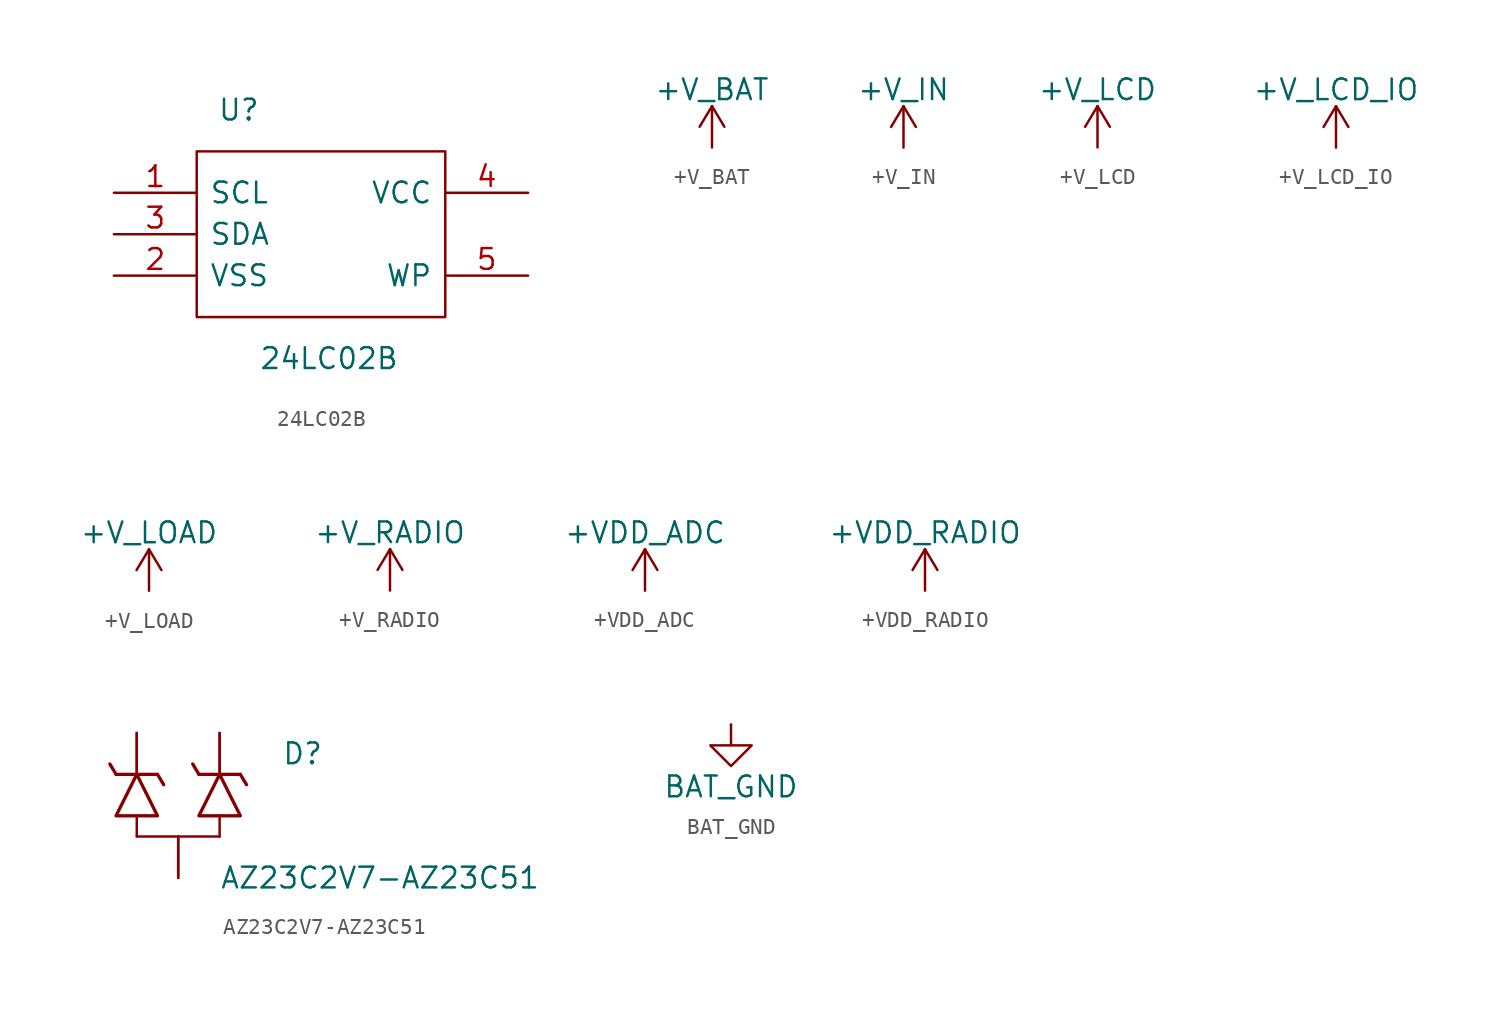
<source format=kicad_sym>
(kicad_symbol_lib
  (version 20241209)
  (generator "kicad_symbol_editor")
  (generator_version "9.0")
  (symbol "24LC02B"
    (pin_names
      (offset 0.762))
    (property "Reference" "U"
      (at -6.35 7.62 0)
      (effects (font (size 1.27 1.27)) (justify left)))
    (property "Value" "24LC02B"
      (at -3.81 -7.62 0)
      (effects (font (size 1.27 1.27)) (justify left)))
    (symbol "24LC02B_0_0"
      (pin bidirectional line (at -12.7 2.54 0) (length 5.08) (name "SCL" (effects (font (size 1.27 1.27)))) (number "1" (effects (font (size 1.27 1.27)))))
      (pin bidirectional line (at -12.7 0 0) (length 5.08) (name "SDA" (effects (font (size 1.27 1.27)))) (number "3" (effects (font (size 1.27 1.27)))))
      (pin bidirectional line (at -12.7 -2.54 0) (length 5.08) (name "VSS" (effects (font (size 1.27 1.27)))) (number "2" (effects (font (size 1.27 1.27)))))
      (pin bidirectional line (at 12.7 2.54 180) (length 5.08) (name "VCC" (effects (font (size 1.27 1.27)))) (number "4" (effects (font (size 1.27 1.27)))))
      (pin bidirectional line (at 12.7 -2.54 180) (length 5.08) (name "WP" (effects (font (size 1.27 1.27)))) (number "5" (effects (font (size 1.27 1.27))))))
    (symbol "24LC02B_0_1"
      (polyline (pts (xy -7.62 5.08) (xy 7.62 5.08) (xy 7.62 -5.08) (xy -7.62 -5.08) (xy -7.62 5.08)) (stroke (width 0.152) (type solid)) (fill (type none)))))
  (symbol "+V_BAT"
    (power)
    (pin_names
      (offset 0))
    (property "Reference" "#PWR"
      (at 0 -3.81 0)
      (effects (font (size 1.27 1.27)) (hide yes)))
    (property "Value" "+V_BAT"
      (at 0 3.556 0)
      (effects (font (size 1.27 1.27))))
    (symbol "+V_BAT_0_1"
      (polyline (pts (xy -0.762 1.27) (xy 0 2.54)) (stroke (width 0) (type solid)) (fill (type none)))
      (polyline (pts (xy 0 2.54) (xy 0.762 1.27)) (stroke (width 0) (type solid)) (fill (type none)))
      (polyline (pts (xy 0 0) (xy 0 2.54)) (stroke (width 0) (type solid)) (fill (type none))))
    (symbol "+V_BAT_1_1"
      (pin power_in line (at 0 0 90) (length 0) (hide yes) (name "+V_BAT" (effects (font (size 0 0)))) (number "1" (effects (font (size 0 0)))))))
  (symbol "+V_IN"
    (power)
    (pin_names
      (offset 0))
    (property "Reference" "#PWR"
      (at 0 -3.81 0)
      (effects (font (size 1.27 1.27)) (hide yes)))
    (property "Value" "+V_IN"
      (at 0 3.556 0)
      (effects (font (size 1.27 1.27))))
    (symbol "+V_IN_0_1"
      (polyline (pts (xy -0.762 1.27) (xy 0 2.54)) (stroke (width 0) (type solid)) (fill (type none)))
      (polyline (pts (xy 0 2.54) (xy 0.762 1.27)) (stroke (width 0) (type solid)) (fill (type none)))
      (polyline (pts (xy 0 0) (xy 0 2.54)) (stroke (width 0) (type solid)) (fill (type none))))
    (symbol "+V_IN_1_1"
      (pin power_in line (at 0 0 90) (length 0) (hide yes) (name "+V_IN" (effects (font (size 0 0)))) (number "1" (effects (font (size 0 0)))))))
  (symbol "+V_LCD"
    (power)
    (pin_names
      (offset 0))
    (property "Reference" "#PWR"
      (at 0 -3.81 0)
      (effects (font (size 1.27 1.27)) (hide yes)))
    (property "Value" "+V_LCD"
      (at 0 3.556 0)
      (effects (font (size 1.27 1.27))))
    (symbol "+V_LCD_0_1"
      (polyline (pts (xy -0.762 1.27) (xy 0 2.54)) (stroke (width 0) (type solid)) (fill (type none)))
      (polyline (pts (xy 0 2.54) (xy 0.762 1.27)) (stroke (width 0) (type solid)) (fill (type none)))
      (polyline (pts (xy 0 0) (xy 0 2.54)) (stroke (width 0) (type solid)) (fill (type none))))
    (symbol "+V_LCD_1_1"
      (pin power_in line (at 0 0 90) (length 0) (hide yes) (name "+V_LCD" (effects (font (size 0 0)))) (number "1" (effects (font (size 0 0)))))))
  (symbol "+V_LCD_IO"
    (power)
    (pin_names
      (offset 0))
    (property "Reference" "#PWR"
      (at 0 -3.81 0)
      (effects (font (size 1.27 1.27)) (hide yes)))
    (property "Value" "+V_LCD_IO"
      (at 0 3.556 0)
      (effects (font (size 1.27 1.27))))
    (symbol "+V_LCD_IO_0_1"
      (polyline (pts (xy -0.762 1.27) (xy 0 2.54)) (stroke (width 0) (type solid)) (fill (type none)))
      (polyline (pts (xy 0 2.54) (xy 0.762 1.27)) (stroke (width 0) (type solid)) (fill (type none)))
      (polyline (pts (xy 0 0) (xy 0 2.54)) (stroke (width 0) (type solid)) (fill (type none))))
    (symbol "+V_LCD_IO_1_1"
      (pin power_in line (at 0 0 90) (length 0) (hide yes) (name "+V_LCD" (effects (font (size 0 0)))) (number "1" (effects (font (size 0 0)))))))
  (symbol "+V_LOAD"
    (power)
    (pin_names
      (offset 0))
    (property "Reference" "#PWR"
      (at 0 -3.81 0)
      (effects (font (size 1.27 1.27)) (hide yes)))
    (property "Value" "+V_LOAD"
      (at 0 3.556 0)
      (effects (font (size 1.27 1.27))))
    (symbol "+V_LOAD_0_1"
      (polyline (pts (xy -0.762 1.27) (xy 0 2.54)) (stroke (width 0) (type solid)) (fill (type none)))
      (polyline (pts (xy 0 2.54) (xy 0.762 1.27)) (stroke (width 0) (type solid)) (fill (type none)))
      (polyline (pts (xy 0 0) (xy 0 2.54)) (stroke (width 0) (type solid)) (fill (type none))))
    (symbol "+V_LOAD_1_1"
      (pin power_in line (at 0 0 90) (length 0) (hide yes) (name "+V_LOAD" (effects (font (size 0 0)))) (number "1" (effects (font (size 0 0)))))))
  (symbol "+V_RADIO"
    (power)
    (pin_names
      (offset 0))
    (property "Reference" "#PWR"
      (at 0 -3.81 0)
      (effects (font (size 1.27 1.27)) (hide yes)))
    (property "Value" "+V_RADIO"
      (at 0 3.556 0)
      (effects (font (size 1.27 1.27))))
    (symbol "+V_RADIO_0_1"
      (polyline (pts (xy -0.762 1.27) (xy 0 2.54)) (stroke (width 0) (type solid)) (fill (type none)))
      (polyline (pts (xy 0 2.54) (xy 0.762 1.27)) (stroke (width 0) (type solid)) (fill (type none)))
      (polyline (pts (xy 0 0) (xy 0 2.54)) (stroke (width 0) (type solid)) (fill (type none))))
    (symbol "+V_RADIO_1_1"
      (pin power_in line (at 0 0 90) (length 0) (hide yes) (name "+V_RADIO" (effects (font (size 0 0)))) (number "1" (effects (font (size 0 0)))))))
  (symbol "+VDD_ADC"
    (power)
    (pin_names
      (offset 0))
    (property "Reference" "#PWR"
      (at 0 -3.81 0)
      (effects (font (size 1.27 1.27)) (hide yes)))
    (property "Value" "+VDD_ADC"
      (at 0 3.556 0)
      (effects (font (size 1.27 1.27))))
    (symbol "+VDD_ADC_0_1"
      (polyline (pts (xy -0.762 1.27) (xy 0 2.54)) (stroke (width 0) (type solid)) (fill (type none)))
      (polyline (pts (xy 0 2.54) (xy 0.762 1.27)) (stroke (width 0) (type solid)) (fill (type none)))
      (polyline (pts (xy 0 0) (xy 0 2.54)) (stroke (width 0) (type solid)) (fill (type none))))
    (symbol "+VDD_ADC_1_1"
      (pin power_in line (at 0 0 90) (length 0) (hide yes) (name "+V_ADC" (effects (font (size 0 0)))) (number "1" (effects (font (size 0 0)))))))
  (symbol "+VDD_RADIO"
    (power)
    (pin_names
      (offset 0))
    (property "Reference" "#PWR"
      (at 0 -3.81 0)
      (effects (font (size 1.27 1.27)) (hide yes)))
    (property "Value" "+VDD_RADIO"
      (at 0 3.556 0)
      (effects (font (size 1.27 1.27))))
    (symbol "+VDD_RADIO_0_1"
      (polyline (pts (xy -0.762 1.27) (xy 0 2.54)) (stroke (width 0) (type solid)) (fill (type none)))
      (polyline (pts (xy 0 2.54) (xy 0.762 1.27)) (stroke (width 0) (type solid)) (fill (type none)))
      (polyline (pts (xy 0 0) (xy 0 2.54)) (stroke (width 0) (type solid)) (fill (type none))))
    (symbol "+VDD_RADIO_1_1"
      (pin power_in line (at 0 0 90) (length 0) (hide yes) (name "+V_RADIO" (effects (font (size 0 0)))) (number "1" (effects (font (size 0 0)))))))
  (symbol "AZ23C2V7-AZ23C51"
    (pin_numbers
      (hide yes))
    (pin_names
      (offset 0.762))
    (property "Reference" "D"
      (at 6.35 5.08 0)
      (effects (font (size 1.27 1.27)) (justify left)))
    (property "Value" "AZ23C2V7-AZ23C51"
      (at 2.54 -2.54 0)
      (effects (font (size 1.27 1.27)) (justify left)))
    (symbol "AZ23C2V7-AZ23C51_0_0"
      (pin bidirectional line (at -2.54 6.35 270) (length 2.54) (name "~" (effects (font (size 1.27 1.27)))) (number "2" (effects (font (size 1.27 1.27)))))
      (pin bidirectional line (at 0 -2.54 90) (length 2.54) (name "~" (effects (font (size 1.27 1.27)))) (number "3" (effects (font (size 1.27 1.27)))))
      (pin bidirectional line (at 2.54 6.35 270) (length 2.54) (name "~" (effects (font (size 1.27 1.27)))) (number "1" (effects (font (size 1.27 1.27))))))
    (symbol "AZ23C2V7-AZ23C51_0_1"
      (polyline (pts (xy -4.191 4.445) (xy -3.81 3.81)) (stroke (width 0.203) (type solid)) (fill (type none)))
      (polyline (pts (xy -2.54 6.35) (xy -2.54 3.81)) (stroke (width 0.152) (type solid)) (fill (type none)))
      (polyline (pts (xy -2.54 0) (xy -2.54 1.27)) (stroke (width 0.152) (type solid)) (fill (type none)))
      (polyline (pts (xy -1.27 3.81) (xy -3.81 3.81)) (stroke (width 0.203) (type solid)) (fill (type none)))
      (polyline (pts (xy -1.27 3.81) (xy -0.889 3.175)) (stroke (width 0.203) (type solid)) (fill (type none)))
      (polyline (pts (xy 0 -2.54) (xy 0 0)) (stroke (width 0.152) (type solid)) (fill (type none)))
      (polyline (pts (xy 0.889 4.445) (xy 1.27 3.81)) (stroke (width 0.203) (type solid)) (fill (type none)))
      (polyline (pts (xy 2.54 6.35) (xy 2.54 3.81)) (stroke (width 0.152) (type solid)) (fill (type none)))
      (polyline (pts (xy 2.54 1.27) (xy 2.54 0)) (stroke (width 0.152) (type solid)) (fill (type none)))
      (polyline (pts (xy 2.54 0) (xy -2.54 0)) (stroke (width 0.152) (type solid)) (fill (type none)))
      (polyline (pts (xy 3.81 3.81) (xy 1.27 3.81)) (stroke (width 0.203) (type solid)) (fill (type none)))
      (polyline (pts (xy 3.81 3.81) (xy 4.191 3.175)) (stroke (width 0.203) (type solid)) (fill (type none))))
    (symbol "AZ23C2V7-AZ23C51_1_1"
      (polyline (pts (xy -3.81 1.27) (xy -2.54 3.81) (xy -1.27 1.27) (xy -3.81 1.27) (xy -3.81 1.27) (xy -3.81 1.27)) (stroke (width 0.203) (type solid)) (fill (type none)))
      (polyline (pts (xy 1.27 1.27) (xy 2.54 3.81) (xy 3.81 1.27) (xy 1.27 1.27) (xy 1.27 1.27) (xy 1.27 1.27)) (stroke (width 0.203) (type solid)) (fill (type none)))))
  (symbol "BAT_GND"
    (power)
    (pin_names
      (offset 0))
    (property "Reference" "#PWR"
      (at 0 -6.35 0)
      (effects (font (size 1.27 1.27)) (hide yes)))
    (property "Value" "BAT_GND"
      (at 0 -3.81 0)
      (effects (font (size 1.27 1.27))))
    (symbol "BAT_GND_0_1"
      (polyline (pts (xy 0 0) (xy 0 -1.27) (xy 1.27 -1.27) (xy 0 -2.54) (xy -1.27 -1.27) (xy 0 -1.27)) (stroke (width 0) (type solid)) (fill (type none))))
    (symbol "BAT_GND_1_1"
      (pin power_in line (at 0 0 270) (length 0) (name "BAT_GND" (effects (font (size 0 0)))) (number "1" (effects (font (size 0 0))))))))
</source>
